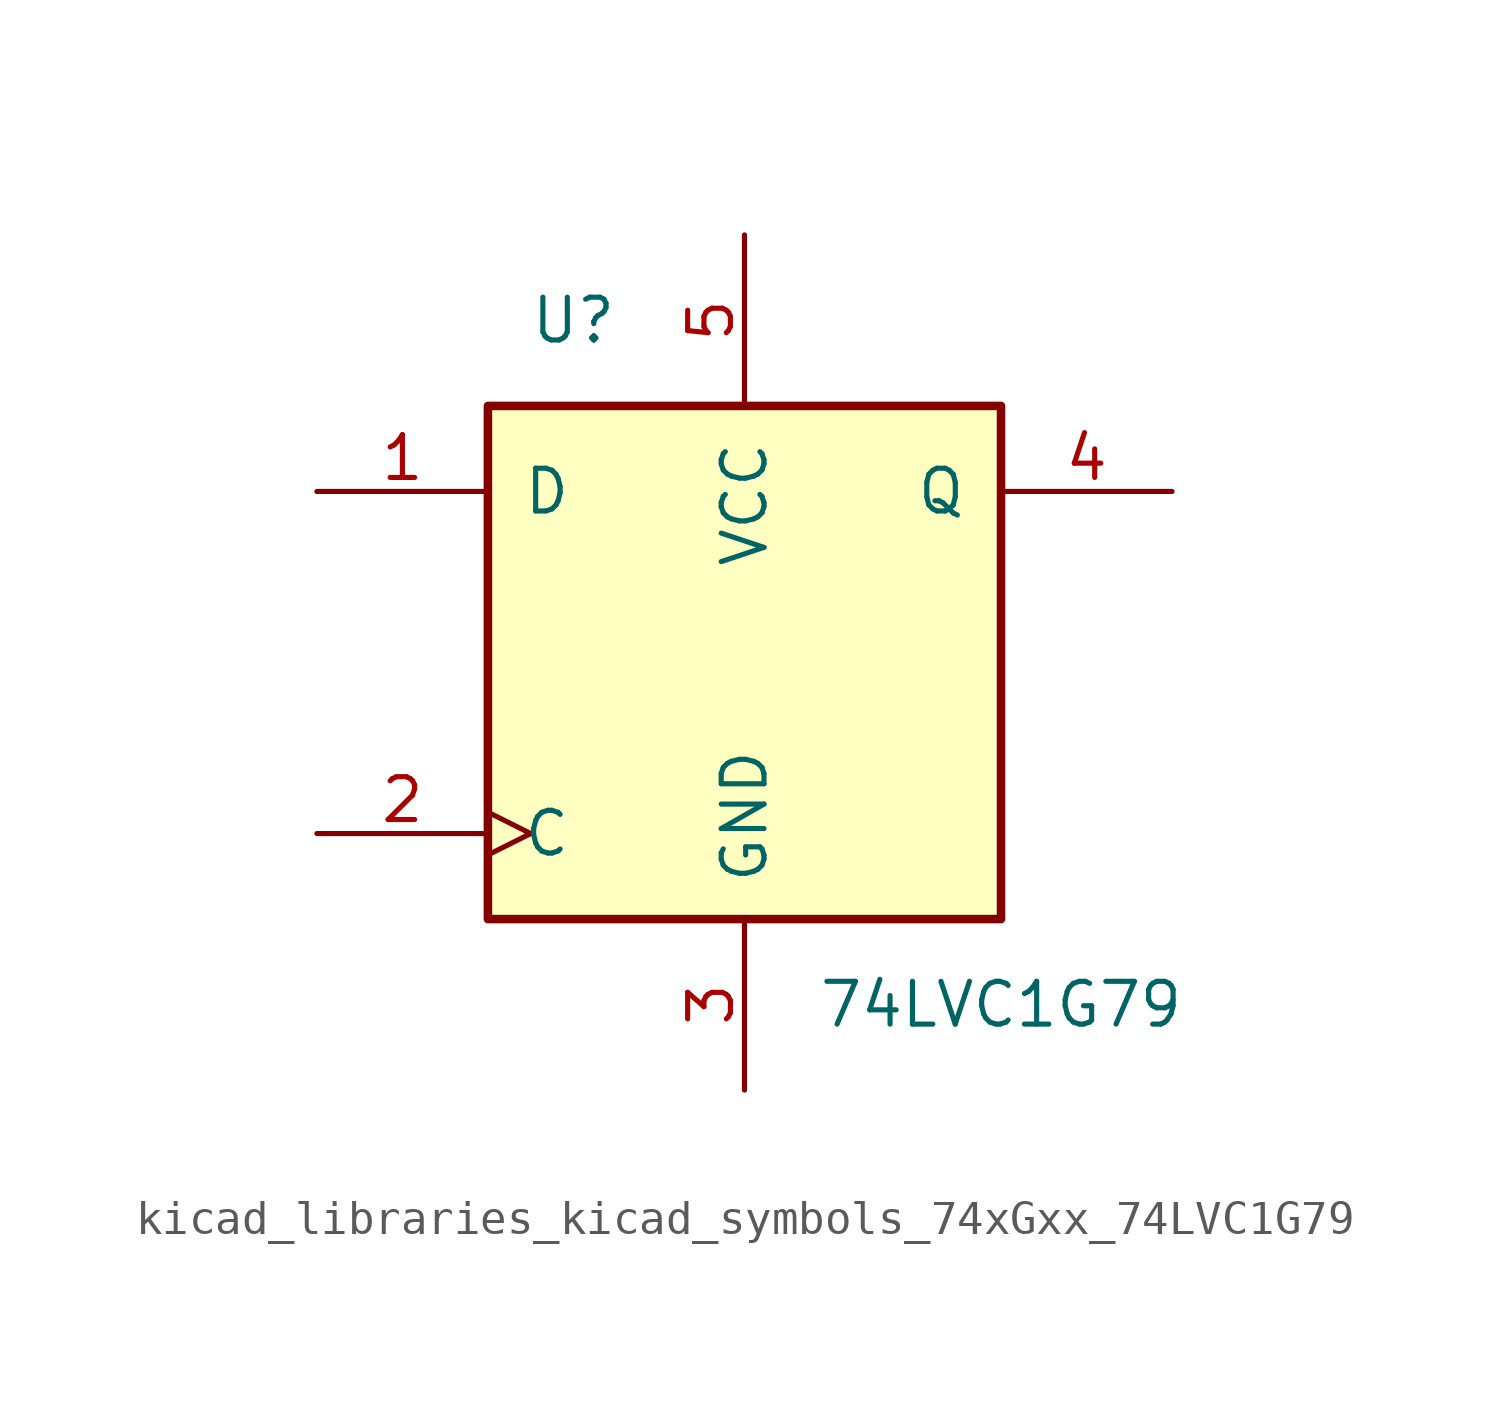
<source format=kicad_sym>
(kicad_symbol_lib
  (version 20220914)
  (generator kicad_symbol_editor)
  (symbol "kicad_libraries_kicad_symbols_74xGxx_74LVC1G79"
    (pin_names
      (offset 1.016))
    (property "Reference" "U"
      (at -5.08 10.16 0)
      (effects (font (size 1.27 1.27))))
    (property "Value" "74LVC1G79"
      (at 7.62 -10.16 0)
      (effects (font (size 1.27 1.27))))
    (symbol "kicad_libraries_kicad_symbols_74xGxx_74LVC1G79_0_1"
      (rectangle (start -7.62 7.62) (end 7.62 -7.62) (stroke (width 0.254) (type default)) (fill (type background))))
    (symbol "kicad_libraries_kicad_symbols_74xGxx_74LVC1G79_1_1"
      (pin input line (at -12.7 5.08 0) (length 5.08) (name "D" (effects (font (size 1.27 1.27)))) (number "1" (effects (font (size 1.27 1.27)))))
      (pin input clock (at -12.7 -5.08 0) (length 5.08) (name "C" (effects (font (size 1.27 1.27)))) (number "2" (effects (font (size 1.27 1.27)))))
      (pin power_in line (at 0 -12.7 90) (length 5.08) (name "GND" (effects (font (size 1.27 1.27)))) (number "3" (effects (font (size 1.27 1.27)))))
      (pin output line (at 12.7 5.08 180) (length 5.08) (name "Q" (effects (font (size 1.27 1.27)))) (number "4" (effects (font (size 1.27 1.27)))))
      (pin power_in line (at 0 12.7 270) (length 5.08) (name "VCC" (effects (font (size 1.27 1.27)))) (number "5" (effects (font (size 1.27 1.27))))))))
</source>
